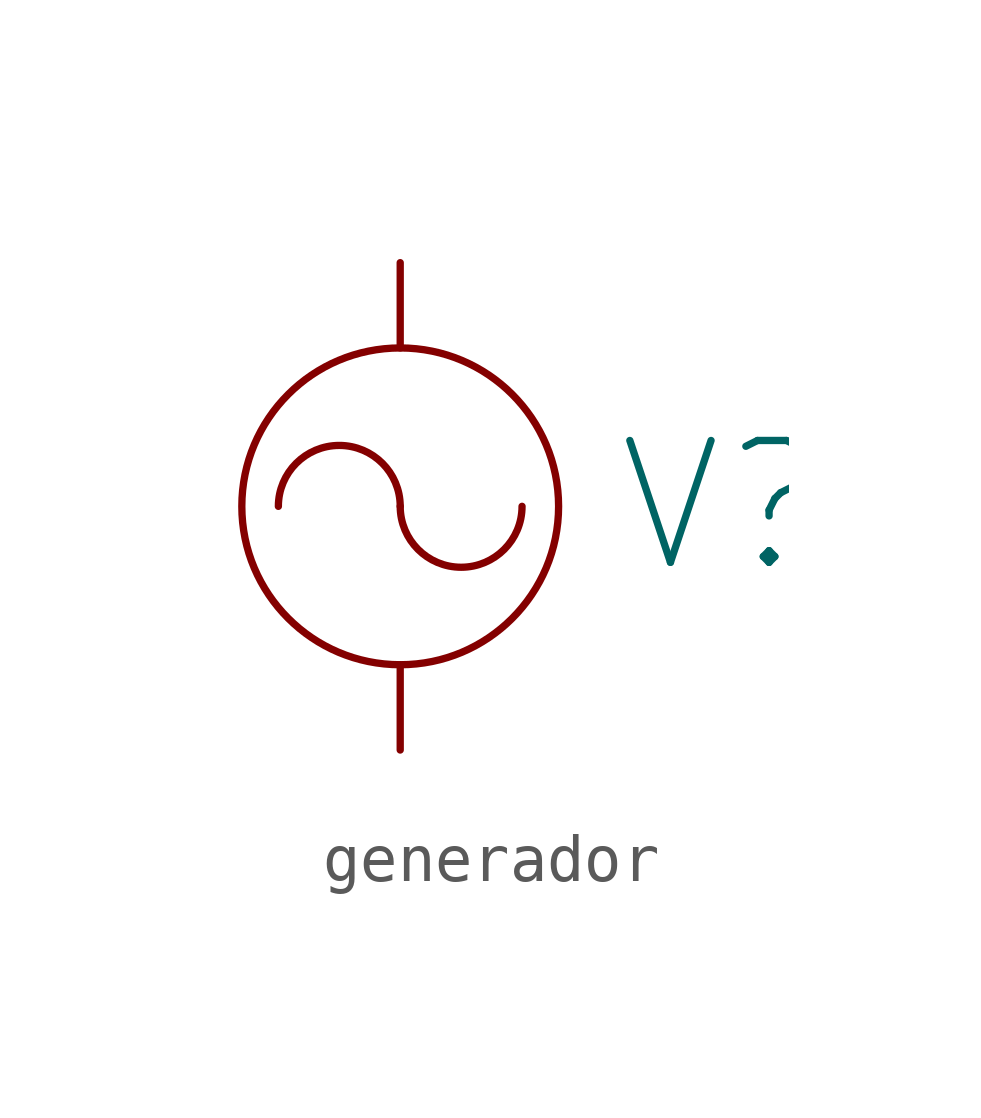
<source format=kicad_sym>
(kicad_symbol_lib
  (version 20211014)
  (generator kicad_symbol_editor)
  (symbol "generador"
    (pin_names
      (offset 1.016))
    (property "Reference" "V"
      (at 4.445 -5.08 0)
      (effects (font (size 2.54 2.54)) (justify left)))
    (symbol "generador_0_0"
      (arc (start 0 -5.08) (mid -1.27 -3.81) (end -2.54 -5.08) (stroke (width 0) (type default) (color 0 0 0 0)) (fill (type none)))
      (arc (start 0 -5.08) (mid 1.27 -6.35) (end 2.54 -5.08) (stroke (width 0) (type default) (color 0 0 0 0)) (fill (type none))))
    (symbol "generador_0_1"
      (circle (center 0 -5.08) (radius 3.302) (stroke (width 0) (type default) (color 0 0 0 0)) (fill (type none))))
    (symbol "generador_1_1"
      (pin input line (at 0 -10.16 90) (length 1.778) (name "~" (effects (font (size 1.27 1.27)))) (number "~" (effects (font (size 1.143 1.143)))))
      (pin input line (at 0 0 270) (length 1.778) (name "~" (effects (font (size 1.27 1.27)))) (number "~" (effects (font (size 1.143 1.143))))))))
</source>
